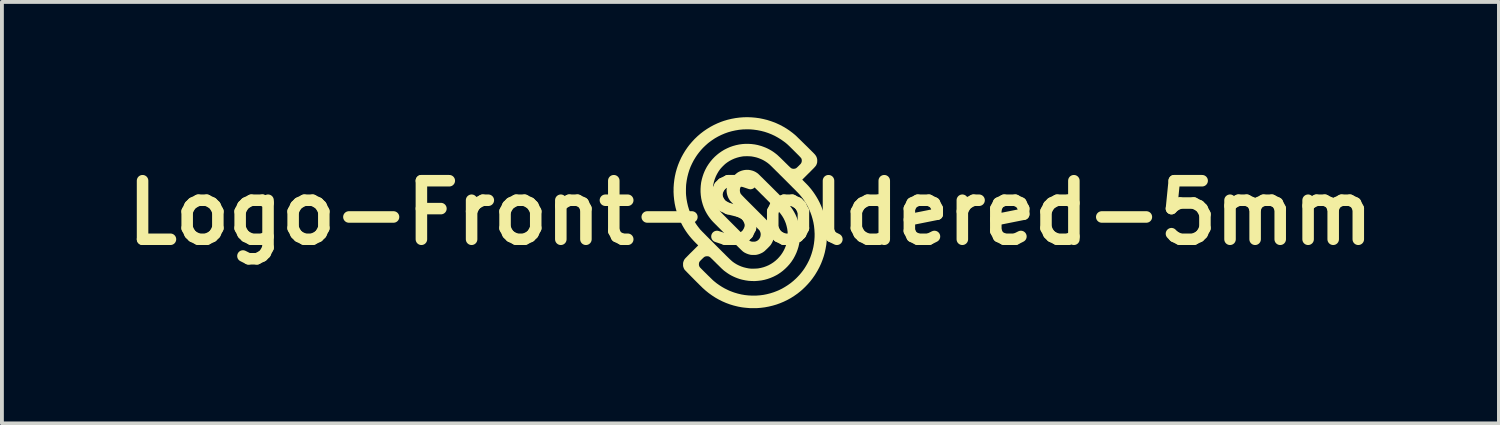
<source format=kicad_pcb>
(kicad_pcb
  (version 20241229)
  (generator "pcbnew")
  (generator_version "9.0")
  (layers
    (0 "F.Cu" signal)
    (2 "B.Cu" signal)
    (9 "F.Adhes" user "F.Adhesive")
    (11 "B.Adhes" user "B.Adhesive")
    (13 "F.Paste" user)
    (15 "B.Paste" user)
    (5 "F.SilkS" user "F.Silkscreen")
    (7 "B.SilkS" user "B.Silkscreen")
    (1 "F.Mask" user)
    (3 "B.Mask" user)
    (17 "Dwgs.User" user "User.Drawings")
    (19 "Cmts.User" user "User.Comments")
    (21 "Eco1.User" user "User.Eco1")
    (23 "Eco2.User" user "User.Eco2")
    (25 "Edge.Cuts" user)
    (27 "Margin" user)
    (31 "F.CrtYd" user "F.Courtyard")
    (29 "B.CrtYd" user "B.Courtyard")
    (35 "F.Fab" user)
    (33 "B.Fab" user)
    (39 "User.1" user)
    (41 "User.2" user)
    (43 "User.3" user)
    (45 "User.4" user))
  (footprint "Logo-Front-Soldered-5mm"
    (layer "F.Cu")
    (at 16.481 2.488)
    (property "Reference" "Logo-Front-Soldered-5mm" (at 0 0 0) (layer "F.SilkS") (effects (font (size 1.524 1.524) (thickness 0.3))))
    (attr board_only exclude_from_pos_files exclude_from_bom)
    (fp_poly (pts (xy 0.028 -2.484) (xy 0.132 -2.475) (xy 0.235 -2.461) (xy 0.337 -2.44) (xy 0.438 -2.415) (xy 0.538 -2.383) (xy 0.637 -2.347) (xy 0.676 -2.33) (xy 0.763 -2.29) (xy 0.85 -2.244) (xy 0.935 -2.194) (xy 1.017 -2.139) (xy 1.097 -2.079) (xy 1.158 -2.029) (xy 1.165 -2.023) (xy 1.176 -2.013) (xy 1.19 -2) (xy 1.207 -1.984) (xy 1.226 -1.965) (xy 1.248 -1.943) (xy 1.273 -1.92) (xy 1.298 -1.895) (xy 1.326 -1.868) (xy 1.354 -1.84) (xy 1.383 -1.812) (xy 1.412 -1.783) (xy 1.442 -1.754) (xy 1.471 -1.726) (xy 1.499 -1.698) (xy 1.527 -1.67) (xy 1.553 -1.644) (xy 1.578 -1.62) (xy 1.6 -1.597) (xy 1.621 -1.577) (xy 1.639 -1.559) (xy 1.654 -1.543) (xy 1.665 -1.531) (xy 1.673 -1.523) (xy 1.676 -1.52) (xy 1.696 -1.494) (xy 1.712 -1.469) (xy 1.724 -1.442) (xy 1.732 -1.416) (xy 1.735 -1.405) (xy 1.737 -1.394) (xy 1.738 -1.381) (xy 1.739 -1.365) (xy 1.739 -1.355) (xy 1.738 -1.332) (xy 1.737 -1.312) (xy 1.733 -1.294) (xy 1.727 -1.275) (xy 1.72 -1.257) (xy 1.717 -1.249) (xy 1.714 -1.242) (xy 1.71 -1.235) (xy 1.705 -1.228) (xy 1.699 -1.22) (xy 1.692 -1.211) (xy 1.684 -1.2) (xy 1.673 -1.189) (xy 1.661 -1.175) (xy 1.646 -1.159) (xy 1.628 -1.141) (xy 1.607 -1.12) (xy 1.583 -1.096) (xy 1.556 -1.068) (xy 1.525 -1.037) (xy 1.516 -1.029) (xy 1.349 -0.862) (xy 1.422 -0.788) (xy 1.452 -0.758) (xy 1.478 -0.731) (xy 1.502 -0.706) (xy 1.523 -0.682) (xy 1.543 -0.659) (xy 1.562 -0.636) (xy 1.582 -0.613) (xy 1.586 -0.607) (xy 1.632 -0.546) (xy 1.677 -0.481) (xy 1.72 -0.413) (xy 1.76 -0.344) (xy 1.797 -0.273) (xy 1.829 -0.204) (xy 1.836 -0.189) (xy 1.875 -0.091) (xy 1.909 0.009) (xy 1.937 0.11) (xy 1.959 0.212) (xy 1.976 0.315) (xy 1.987 0.418) (xy 1.992 0.522) (xy 1.991 0.626) (xy 1.985 0.731) (xy 1.974 0.835) (xy 1.957 0.932) (xy 1.936 1.032) (xy 1.909 1.13) (xy 1.876 1.227) (xy 1.839 1.321) (xy 1.796 1.414) (xy 1.747 1.506) (xy 1.693 1.596) (xy 1.669 1.633) (xy 1.615 1.71) (xy 1.556 1.786) (xy 1.492 1.859) (xy 1.425 1.929) (xy 1.355 1.996) (xy 1.308 2.037) (xy 1.225 2.103) (xy 1.139 2.163) (xy 1.051 2.219) (xy 0.96 2.269) (xy 0.867 2.314) (xy 0.771 2.354) (xy 0.674 2.389) (xy 0.574 2.418) (xy 0.473 2.442) (xy 0.37 2.461) (xy 0.266 2.474) (xy 0.188 2.48) (xy 0.172 2.481) (xy 0.15 2.481) (xy 0.126 2.482) (xy 0.1 2.482) (xy 0.073 2.482) (xy 0.047 2.482) (xy 0.023 2.482) (xy 0.002 2.482) (xy -0.015 2.481) (xy -0.017 2.481) (xy -0.053 2.478) (xy -0.092 2.475) (xy -0.132 2.471) (xy -0.171 2.467) (xy -0.209 2.462) (xy -0.242 2.457) (xy -0.252 2.455) (xy -0.263 2.453) (xy -0.278 2.45) (xy -0.296 2.447) (xy -0.316 2.443) (xy -0.336 2.438) (xy -0.338 2.438) (xy -0.439 2.413) (xy -0.537 2.383) (xy -0.634 2.347) (xy -0.729 2.306) (xy -0.821 2.26) (xy -0.911 2.209) (xy -0.999 2.152) (xy -1.084 2.091) (xy -1.166 2.025) (xy -1.242 1.957) (xy -1.255 1.945) (xy -1.27 1.929) (xy -1.289 1.911) (xy -1.309 1.891) (xy -1.332 1.869) (xy -1.356 1.844) (xy -1.382 1.819) (xy -1.409 1.792) (xy -1.436 1.765) (xy -1.464 1.737) (xy -1.491 1.709) (xy -1.519 1.681) (xy -1.546 1.654) (xy -1.572 1.627) (xy -1.597 1.602) (xy -1.62 1.578) (xy -1.642 1.556) (xy -1.661 1.536) (xy -1.678 1.518) (xy -1.693 1.503) (xy -1.704 1.492) (xy -1.711 1.483) (xy -1.715 1.478) (xy -1.716 1.478) (xy -1.73 1.453) (xy -1.741 1.425) (xy -1.747 1.407) (xy -1.75 1.397) (xy -1.751 1.387) (xy -1.753 1.376) (xy -1.753 1.361) (xy -1.753 1.344) (xy -1.753 1.339) (xy -1.341 1.339) (xy -1.339 1.364) (xy -1.334 1.386) (xy -1.323 1.407) (xy -1.319 1.414) (xy -1.315 1.419) (xy -1.307 1.428) (xy -1.296 1.439) (xy -1.282 1.454) (xy -1.265 1.471) (xy -1.246 1.49) (xy -1.225 1.511) (xy -1.202 1.534) (xy -1.179 1.557) (xy -1.154 1.581) (xy -1.13 1.605) (xy -1.105 1.63) (xy -1.081 1.653) (xy -1.057 1.676) (xy -1.035 1.698) (xy -1.014 1.718) (xy -0.995 1.737) (xy -0.978 1.753) (xy -0.964 1.766) (xy -0.952 1.776) (xy -0.945 1.782) (xy -0.878 1.836) (xy -0.81 1.884) (xy -0.74 1.929) (xy -0.668 1.97) (xy -0.627 1.99) (xy -0.583 2.012) (xy -0.541 2.031) (xy -0.5 2.047) (xy -0.458 2.063) (xy -0.421 2.076) (xy -0.33 2.103) (xy -0.239 2.125) (xy -0.146 2.141) (xy -0.052 2.151) (xy 0.043 2.156) (xy 0.14 2.155) (xy 0.155 2.155) (xy 0.25 2.148) (xy 0.342 2.136) (xy 0.432 2.118) (xy 0.521 2.095) (xy 0.609 2.067) (xy 0.697 2.033) (xy 0.741 2.014) (xy 0.821 1.975) (xy 0.899 1.93) (xy 0.976 1.881) (xy 1.05 1.828) (xy 1.121 1.77) (xy 1.188 1.709) (xy 1.235 1.661) (xy 1.284 1.608) (xy 1.327 1.556) (xy 1.368 1.503) (xy 1.405 1.45) (xy 1.441 1.393) (xy 1.476 1.333) (xy 1.485 1.316) (xy 1.525 1.238) (xy 1.56 1.156) (xy 1.59 1.072) (xy 1.616 0.985) (xy 1.637 0.897) (xy 1.653 0.807) (xy 1.664 0.717) (xy 1.67 0.628) (xy 1.671 0.539) (xy 1.67 0.534) (xy 1.665 0.437) (xy 1.655 0.342) (xy 1.639 0.25) (xy 1.617 0.16) (xy 1.591 0.071) (xy 1.559 -0.017) (xy 1.521 -0.103) (xy 1.511 -0.125) (xy 1.476 -0.193) (xy 1.439 -0.257) (xy 1.401 -0.317) (xy 1.36 -0.375) (xy 1.314 -0.433) (xy 1.265 -0.491) (xy 1.261 -0.495) (xy 1.255 -0.501) (xy 1.245 -0.512) (xy 1.232 -0.526) (xy 1.215 -0.542) (xy 1.196 -0.562) (xy 1.174 -0.585) (xy 1.149 -0.61) (xy 1.122 -0.637) (xy 1.093 -0.665) (xy 1.063 -0.696) (xy 1.031 -0.728) (xy 0.998 -0.761) (xy 0.964 -0.795) (xy 0.93 -0.829) (xy 0.895 -0.864) (xy 0.86 -0.899) (xy 0.825 -0.934) (xy 0.79 -0.968) (xy 0.756 -1.002) (xy 0.724 -1.035) (xy 0.692 -1.066) (xy 0.661 -1.096) (xy 0.633 -1.125) (xy 0.606 -1.151) (xy 0.581 -1.176) (xy 0.559 -1.198) (xy 0.539 -1.217) (xy 0.523 -1.233) (xy 0.509 -1.246) (xy 0.499 -1.255) (xy 0.493 -1.261) (xy 0.492 -1.262) (xy 0.444 -1.3) (xy 0.396 -1.333) (xy 0.348 -1.362) (xy 0.299 -1.387) (xy 0.247 -1.409) (xy 0.199 -1.427) (xy 0.162 -1.439) (xy 0.126 -1.448) (xy 0.09 -1.456) (xy 0.051 -1.463) (xy 0.04 -1.465) (xy 0.021 -1.468) (xy -0.003 -1.469) (xy -0.03 -1.471) (xy -0.059 -1.472) (xy -0.089 -1.472) (xy -0.119 -1.472) (xy -0.148 -1.471) (xy -0.174 -1.47) (xy -0.197 -1.468) (xy -0.209 -1.466) (xy -0.281 -1.453) (xy -0.351 -1.434) (xy -0.418 -1.411) (xy -0.483 -1.382) (xy -0.545 -1.349) (xy -0.605 -1.31) (xy -0.646 -1.279) (xy -0.663 -1.265) (xy -0.683 -1.246) (xy -0.704 -1.226) (xy -0.726 -1.204) (xy -0.747 -1.182) (xy -0.766 -1.161) (xy -0.783 -1.141) (xy -0.788 -1.135) (xy -0.83 -1.076) (xy -0.866 -1.015) (xy -0.898 -0.952) (xy -0.924 -0.887) (xy -0.946 -0.821) (xy -0.962 -0.753) (xy -0.972 -0.685) (xy -0.977 -0.616) (xy -0.977 -0.546) (xy -0.971 -0.476) (xy -0.96 -0.407) (xy -0.943 -0.338) (xy -0.933 -0.308) (xy -0.909 -0.242) (xy -0.88 -0.179) (xy -0.846 -0.119) (xy -0.808 -0.062) (xy -0.789 -0.037) (xy -0.784 -0.032) (xy -0.775 -0.022) (xy -0.762 -0.009) (xy -0.746 0.008) (xy -0.726 0.029) (xy -0.702 0.053) (xy -0.675 0.081) (xy -0.644 0.112) (xy -0.611 0.146) (xy -0.574 0.183) (xy -0.534 0.223) (xy -0.491 0.266) (xy -0.446 0.311) (xy -0.403 0.354) (xy -0.357 0.4) (xy -0.315 0.442) (xy -0.276 0.481) (xy -0.242 0.515) (xy -0.21 0.547) (xy -0.181 0.575) (xy -0.156 0.601) (xy -0.133 0.623) (xy -0.113 0.643) (xy -0.095 0.66) (xy -0.079 0.676) (xy -0.065 0.689) (xy -0.053 0.7) (xy -0.043 0.709) (xy -0.034 0.717) (xy -0.026 0.723) (xy -0.019 0.728) (xy -0.013 0.732) (xy -0.008 0.736) (xy -0.003 0.738) (xy 0.002 0.74) (xy 0.006 0.742) (xy 0.011 0.744) (xy 0.016 0.745) (xy 0.019 0.746) (xy 0.029 0.749) (xy 0.038 0.751) (xy 0.049 0.752) (xy 0.063 0.752) (xy 0.078 0.752) (xy 0.095 0.752) (xy 0.109 0.752) (xy 0.119 0.75) (xy 0.129 0.748) (xy 0.137 0.746) (xy 0.167 0.734) (xy 0.193 0.717) (xy 0.217 0.696) (xy 0.236 0.671) (xy 0.251 0.643) (xy 0.261 0.613) (xy 0.266 0.581) (xy 0.267 0.574) (xy 0.267 0.55) (xy 0.264 0.528) (xy 0.258 0.506) (xy 0.248 0.482) (xy 0.247 0.48) (xy 0.235 0.456) (xy -0.134 0.086) (xy -0.173 0.048) (xy -0.211 0.01) (xy -0.248 -0.027) (xy -0.283 -0.062) (xy -0.316 -0.096) (xy -0.348 -0.128) (xy -0.378 -0.158) (xy -0.405 -0.185) (xy -0.43 -0.211) (xy -0.453 -0.233) (xy -0.472 -0.253) (xy -0.489 -0.27) (xy -0.502 -0.283) (xy -0.511 -0.293) (xy -0.517 -0.299) (xy -0.519 -0.301) (xy -0.537 -0.325) (xy -0.555 -0.353) (xy -0.571 -0.381) (xy -0.577 -0.392) (xy -0.596 -0.44) (xy -0.61 -0.488) (xy -0.618 -0.537) (xy -0.621 -0.587) (xy -0.618 -0.636) (xy -0.61 -0.685) (xy -0.596 -0.734) (xy -0.577 -0.781) (xy -0.552 -0.826) (xy -0.544 -0.84) (xy -0.538 -0.848) (xy -0.531 -0.857) (xy -0.523 -0.867) (xy -0.514 -0.878) (xy -0.501 -0.891) (xy -0.487 -0.906) (xy -0.469 -0.924) (xy -0.449 -0.944) (xy -0.424 -0.968) (xy -0.403 -0.989) (xy -0.384 -1.007) (xy -0.367 -1.021) (xy -0.352 -1.034) (xy -0.337 -1.044) (xy -0.323 -1.054) (xy -0.308 -1.062) (xy -0.292 -1.07) (xy -0.287 -1.073) (xy -0.24 -1.092) (xy -0.191 -1.106) (xy -0.141 -1.115) (xy -0.091 -1.118) (xy -0.041 -1.116) (xy 0.008 -1.108) (xy 0.057 -1.095) (xy 0.097 -1.08) (xy 0.133 -1.062) (xy 0.168 -1.04) (xy 0.195 -1.021) (xy 0.2 -1.017) (xy 0.208 -1.009) (xy 0.219 -0.998) (xy 0.234 -0.984) (xy 0.252 -0.966) (xy 0.273 -0.945) (xy 0.297 -0.922) (xy 0.323 -0.897) (xy 0.35 -0.869) (xy 0.38 -0.84) (xy 0.411 -0.809) (xy 0.444 -0.776) (xy 0.478 -0.743) (xy 0.512 -0.709) (xy 0.547 -0.674) (xy 0.583 -0.638) (xy 0.618 -0.603) (xy 0.653 -0.568) (xy 0.688 -0.533) (xy 0.723 -0.499) (xy 0.756 -0.465) (xy 0.788 -0.433) (xy 0.819 -0.402) (xy 0.848 -0.373) (xy 0.875 -0.345) (xy 0.9 -0.32) (xy 0.923 -0.297) (xy 0.943 -0.276) (xy 0.96 -0.259) (xy 0.974 -0.245) (xy 0.985 -0.233) (xy 0.992 -0.226) (xy 0.993 -0.224) (xy 1.045 -0.161) (xy 1.092 -0.095) (xy 1.135 -0.025) (xy 1.173 0.047) (xy 1.206 0.122) (xy 1.234 0.199) (xy 1.256 0.278) (xy 1.274 0.358) (xy 1.285 0.44) (xy 1.289 0.478) (xy 1.29 0.504) (xy 1.291 0.534) (xy 1.291 0.567) (xy 1.291 0.6) (xy 1.29 0.634) (xy 1.288 0.665) (xy 1.286 0.695) (xy 1.284 0.719) (xy 1.283 0.722) (xy 1.269 0.805) (xy 1.25 0.887) (xy 1.225 0.966) (xy 1.196 1.043) (xy 1.161 1.118) (xy 1.122 1.19) (xy 1.109 1.211) (xy 1.065 1.277) (xy 1.016 1.34) (xy 0.962 1.4) (xy 0.905 1.456) (xy 0.845 1.509) (xy 0.782 1.557) (xy 0.716 1.601) (xy 0.672 1.626) (xy 0.597 1.664) (xy 0.521 1.696) (xy 0.443 1.723) (xy 0.364 1.745) (xy 0.283 1.761) (xy 0.201 1.771) (xy 0.119 1.777) (xy 0.036 1.776) (xy -0.046 1.771) (xy -0.129 1.759) (xy -0.211 1.742) (xy -0.22 1.74) (xy -0.275 1.725) (xy -0.331 1.706) (xy -0.388 1.684) (xy -0.444 1.659) (xy -0.497 1.633) (xy -0.546 1.605) (xy -0.548 1.604) (xy -0.566 1.592) (xy -0.588 1.578) (xy -0.611 1.562) (xy -0.635 1.545) (xy -0.658 1.528) (xy -0.68 1.512) (xy -0.698 1.497) (xy -0.703 1.493) (xy -0.71 1.487) (xy -0.72 1.477) (xy -0.734 1.465) (xy -0.751 1.449) (xy -0.77 1.43) (xy -0.791 1.41) (xy -0.814 1.387) (xy -0.838 1.363) (xy -0.864 1.338) (xy -0.89 1.313) (xy -0.892 1.31) (xy -0.921 1.281) (xy -0.947 1.256) (xy -0.969 1.234) (xy -0.988 1.215) (xy -1.004 1.2) (xy -1.017 1.187) (xy -1.029 1.176) (xy -1.038 1.167) (xy -1.045 1.161) (xy -1.052 1.155) (xy -1.057 1.151) (xy -1.062 1.148) (xy -1.066 1.146) (xy -1.07 1.144) (xy -1.073 1.142) (xy -1.084 1.137) (xy -1.094 1.134) (xy -1.104 1.132) (xy -1.116 1.131) (xy -1.123 1.131) (xy -1.148 1.132) (xy -1.17 1.136) (xy -1.19 1.144) (xy -1.201 1.15) (xy -1.206 1.154) (xy -1.216 1.162) (xy -1.227 1.173) (xy -1.24 1.185) (xy -1.255 1.199) (xy -1.269 1.213) (xy -1.284 1.228) (xy -1.297 1.241) (xy -1.308 1.253) (xy -1.316 1.262) (xy -1.321 1.268) (xy -1.332 1.287) (xy -1.338 1.309) (xy -1.341 1.333) (xy -1.341 1.339) (xy -1.753 1.339) (xy -1.753 1.326) (xy -1.753 1.313) (xy -1.751 1.302) (xy -1.75 1.293) (xy -1.747 1.282) (xy -1.745 1.276) (xy -1.736 1.25) (xy -1.725 1.226) (xy -1.71 1.204) (xy -1.707 1.2) (xy -1.703 1.195) (xy -1.695 1.186) (xy -1.684 1.174) (xy -1.669 1.159) (xy -1.652 1.142) (xy -1.633 1.122) (xy -1.611 1.1) (xy -1.588 1.076) (xy -1.563 1.051) (xy -1.537 1.026) (xy -1.526 1.015) (xy -1.359 0.849) (xy -1.42 0.789) (xy -1.481 0.726) (xy -1.538 0.663) (xy -1.59 0.601) (xy -1.638 0.538) (xy -1.683 0.474) (xy -1.725 0.408) (xy -1.765 0.339) (xy -1.802 0.267) (xy -1.812 0.247) (xy -1.855 0.153) (xy -1.892 0.057) (xy -1.923 -0.041) (xy -1.95 -0.14) (xy -1.971 -0.241) (xy -1.986 -0.343) (xy -1.996 -0.445) (xy -2.001 -0.548) (xy -2 -0.583) (xy -1.678 -0.583) (xy -1.678 -0.55) (xy -1.678 -0.519) (xy -1.677 -0.491) (xy -1.675 -0.467) (xy -1.675 -0.46) (xy -1.664 -0.363) (xy -1.647 -0.269) (xy -1.626 -0.177) (xy -1.599 -0.087) (xy -1.567 0.000245) (xy -1.53 0.086) (xy -1.487 0.17) (xy -1.439 0.253) (xy -1.419 0.285) (xy -1.404 0.308) (xy -1.385 0.334) (xy -1.365 0.361) (xy -1.344 0.388) (xy -1.324 0.414) (xy -1.305 0.437) (xy -1.305 0.437) (xy -1.3 0.443) (xy -1.291 0.452) (xy -1.278 0.465) (xy -1.263 0.481) (xy -1.244 0.501) (xy -1.221 0.523) (xy -1.197 0.548) (xy -1.169 0.576) (xy -1.14 0.606) (xy -1.108 0.638) (xy -1.074 0.672) (xy -1.039 0.707) (xy -1.002 0.744) (xy -0.964 0.782) (xy -0.925 0.822) (xy -0.894 0.853) (xy -0.846 0.901) (xy -0.802 0.945) (xy -0.762 0.985) (xy -0.726 1.021) (xy -0.692 1.054) (xy -0.662 1.084) (xy -0.635 1.112) (xy -0.61 1.136) (xy -0.588 1.158) (xy -0.568 1.177) (xy -0.55 1.195) (xy -0.534 1.21) (xy -0.519 1.224) (xy -0.506 1.235) (xy -0.495 1.246) (xy -0.484 1.255) (xy -0.474 1.264) (xy -0.465 1.271) (xy -0.457 1.278) (xy -0.448 1.284) (xy -0.44 1.29) (xy -0.431 1.296) (xy -0.423 1.302) (xy -0.413 1.308) (xy -0.408 1.312) (xy -0.355 1.344) (xy -0.299 1.372) (xy -0.24 1.397) (xy -0.178 1.418) (xy -0.114 1.434) (xy -0.05 1.447) (xy 0.013 1.454) (xy 0.028 1.455) (xy 0.048 1.455) (xy 0.07 1.455) (xy 0.095 1.454) (xy 0.121 1.453) (xy 0.145 1.452) (xy 0.168 1.451) (xy 0.188 1.449) (xy 0.204 1.447) (xy 0.205 1.447) (xy 0.275 1.434) (xy 0.344 1.416) (xy 0.411 1.392) (xy 0.475 1.364) (xy 0.537 1.33) (xy 0.595 1.292) (xy 0.651 1.249) (xy 0.703 1.202) (xy 0.746 1.156) (xy 0.792 1.101) (xy 0.832 1.043) (xy 0.867 0.983) (xy 0.897 0.921) (xy 0.922 0.856) (xy 0.942 0.788) (xy 0.958 0.716) (xy 0.962 0.69) (xy 0.964 0.675) (xy 0.966 0.654) (xy 0.967 0.631) (xy 0.968 0.605) (xy 0.969 0.578) (xy 0.969 0.552) (xy 0.969 0.528) (xy 0.968 0.506) (xy 0.967 0.488) (xy 0.967 0.486) (xy 0.957 0.414) (xy 0.941 0.343) (xy 0.921 0.275) (xy 0.895 0.21) (xy 0.864 0.146) (xy 0.828 0.086) (xy 0.787 0.028) (xy 0.76 -0.005) (xy 0.755 -0.01) (xy 0.746 -0.02) (xy 0.734 -0.032) (xy 0.719 -0.048) (xy 0.7 -0.067) (xy 0.679 -0.088) (xy 0.656 -0.112) (xy 0.63 -0.138) (xy 0.603 -0.166) (xy 0.573 -0.195) (xy 0.543 -0.226) (xy 0.511 -0.258) (xy 0.478 -0.291) (xy 0.445 -0.324) (xy 0.411 -0.358) (xy 0.377 -0.392) (xy 0.344 -0.426) (xy 0.31 -0.459) (xy 0.277 -0.491) (xy 0.246 -0.523) (xy 0.215 -0.554) (xy 0.186 -0.583) (xy 0.158 -0.61) (xy 0.132 -0.636) (xy 0.109 -0.659) (xy 0.087 -0.68) (xy 0.069 -0.698) (xy 0.053 -0.713) (xy 0.041 -0.725) (xy 0.032 -0.733) (xy 0.027 -0.738) (xy 0.026 -0.739) (xy -0.004 -0.756) (xy -0.036 -0.767) (xy -0.069 -0.773) (xy -0.102 -0.773) (xy -0.128 -0.77) (xy -0.157 -0.761) (xy -0.184 -0.747) (xy -0.209 -0.728) (xy -0.231 -0.706) (xy -0.249 -0.681) (xy -0.263 -0.653) (xy -0.27 -0.633) (xy -0.273 -0.612) (xy -0.275 -0.588) (xy -0.274 -0.564) (xy -0.27 -0.542) (xy -0.268 -0.532) (xy -0.266 -0.527) (xy -0.265 -0.522) (xy -0.263 -0.517) (xy -0.262 -0.513) (xy -0.26 -0.508) (xy -0.258 -0.504) (xy -0.255 -0.498) (xy -0.251 -0.493) (xy -0.246 -0.486) (xy -0.24 -0.478) (xy -0.232 -0.47) (xy -0.223 -0.46) (xy -0.213 -0.448) (xy -0.2 -0.435) (xy -0.185 -0.419) (xy -0.168 -0.402) (xy -0.149 -0.382) (xy -0.127 -0.36) (xy -0.103 -0.336) (xy -0.075 -0.308) (xy -0.044 -0.277) (xy -0.01 -0.243) (xy 0.027 -0.206) (xy 0.068 -0.165) (xy 0.113 -0.12) (xy 0.138 -0.095) (xy 0.185 -0.048) (xy 0.227 -0.006) (xy 0.266 0.033) (xy 0.302 0.068) (xy 0.334 0.101) (xy 0.363 0.129) (xy 0.389 0.155) (xy 0.412 0.179) (xy 0.432 0.199) (xy 0.45 0.217) (xy 0.466 0.233) (xy 0.479 0.247) (xy 0.491 0.259) (xy 0.501 0.27) (xy 0.509 0.279) (xy 0.516 0.287) (xy 0.522 0.293) (xy 0.527 0.299) (xy 0.531 0.304) (xy 0.534 0.308) (xy 0.537 0.312) (xy 0.539 0.315) (xy 0.564 0.359) (xy 0.585 0.404) (xy 0.6 0.452) (xy 0.608 0.481) (xy 0.611 0.504) (xy 0.613 0.53) (xy 0.614 0.558) (xy 0.614 0.587) (xy 0.613 0.615) (xy 0.61 0.64) (xy 0.608 0.652) (xy 0.596 0.7) (xy 0.579 0.745) (xy 0.558 0.787) (xy 0.537 0.822) (xy 0.531 0.831) (xy 0.524 0.841) (xy 0.516 0.85) (xy 0.507 0.861) (xy 0.496 0.873) (xy 0.482 0.887) (xy 0.465 0.905) (xy 0.446 0.924) (xy 0.422 0.947) (xy 0.401 0.967) (xy 0.383 0.984) (xy 0.367 0.999) (xy 0.351 1.011) (xy 0.337 1.021) (xy 0.322 1.031) (xy 0.306 1.04) (xy 0.289 1.049) (xy 0.283 1.051) (xy 0.258 1.063) (xy 0.233 1.073) (xy 0.209 1.081) (xy 0.182 1.088) (xy 0.169 1.091) (xy 0.158 1.093) (xy 0.147 1.095) (xy 0.136 1.096) (xy 0.123 1.097) (xy 0.106 1.097) (xy 0.086 1.097) (xy 0.081 1.097) (xy 0.059 1.097) (xy 0.042 1.097) (xy 0.028 1.096) (xy 0.017 1.095) (xy 0.006 1.094) (xy -0.005 1.091) (xy -0.009 1.091) (xy -0.06 1.077) (xy -0.109 1.058) (xy -0.155 1.035) (xy -0.187 1.014) (xy -0.191 1.01) (xy -0.197 1.006) (xy -0.203 1.001) (xy -0.211 0.993) (xy -0.221 0.984) (xy -0.232 0.974) (xy -0.246 0.961) (xy -0.261 0.946) (xy -0.279 0.928) (xy -0.299 0.909) (xy -0.322 0.886) (xy -0.348 0.86) (xy -0.377 0.832) (xy -0.409 0.8) (xy -0.444 0.765) (xy -0.483 0.727) (xy -0.525 0.684) (xy -0.572 0.638) (xy -0.582 0.627) (xy -0.621 0.589) (xy -0.659 0.551) (xy -0.696 0.514) (xy -0.732 0.478) (xy -0.767 0.443) (xy -0.799 0.411) (xy -0.83 0.38) (xy -0.858 0.352) (xy -0.884 0.325) (xy -0.908 0.302) (xy -0.929 0.281) (xy -0.946 0.263) (xy -0.961 0.249) (xy -0.971 0.238) (xy -0.978 0.231) (xy -0.98 0.229) (xy -1.022 0.182) (xy -1.062 0.131) (xy -1.101 0.076) (xy -1.136 0.02) (xy -1.168 -0.038) (xy -1.183 -0.068) (xy -1.215 -0.142) (xy -1.242 -0.219) (xy -1.264 -0.297) (xy -1.281 -0.377) (xy -1.292 -0.458) (xy -1.298 -0.54) (xy -1.298 -0.622) (xy -1.293 -0.703) (xy -1.283 -0.785) (xy -1.279 -0.807) (xy -1.264 -0.875) (xy -1.244 -0.945) (xy -1.221 -1.013) (xy -1.194 -1.079) (xy -1.174 -1.122) (xy -1.134 -1.197) (xy -1.089 -1.267) (xy -1.04 -1.334) (xy -0.987 -1.397) (xy -0.93 -1.456) (xy -0.868 -1.511) (xy -0.818 -1.551) (xy -0.752 -1.597) (xy -0.682 -1.64) (xy -0.609 -1.677) (xy -0.535 -1.71) (xy -0.532 -1.711) (xy -0.455 -1.738) (xy -0.376 -1.76) (xy -0.296 -1.777) (xy -0.215 -1.788) (xy -0.134 -1.794) (xy -0.052 -1.794) (xy 0.03 -1.789) (xy 0.111 -1.779) (xy 0.192 -1.763) (xy 0.271 -1.741) (xy 0.291 -1.735) (xy 0.343 -1.716) (xy 0.397 -1.695) (xy 0.449 -1.671) (xy 0.499 -1.645) (xy 0.539 -1.622) (xy 0.562 -1.608) (xy 0.588 -1.591) (xy 0.615 -1.572) (xy 0.643 -1.551) (xy 0.669 -1.531) (xy 0.694 -1.511) (xy 0.697 -1.509) (xy 0.705 -1.501) (xy 0.717 -1.49) (xy 0.732 -1.476) (xy 0.75 -1.459) (xy 0.771 -1.44) (xy 0.793 -1.418) (xy 0.817 -1.395) (xy 0.842 -1.37) (xy 0.868 -1.345) (xy 0.892 -1.321) (xy 0.921 -1.292) (xy 0.947 -1.267) (xy 0.969 -1.245) (xy 0.988 -1.226) (xy 1.004 -1.211) (xy 1.018 -1.198) (xy 1.029 -1.187) (xy 1.039 -1.179) (xy 1.046 -1.172) (xy 1.053 -1.167) (xy 1.058 -1.163) (xy 1.062 -1.16) (xy 1.066 -1.158) (xy 1.067 -1.157) (xy 1.092 -1.148) (xy 1.119 -1.144) (xy 1.145 -1.146) (xy 1.171 -1.152) (xy 1.182 -1.157) (xy 1.189 -1.16) (xy 1.195 -1.165) (xy 1.202 -1.17) (xy 1.211 -1.177) (xy 1.221 -1.187) (xy 1.235 -1.2) (xy 1.251 -1.216) (xy 1.258 -1.222) (xy 1.275 -1.24) (xy 1.289 -1.254) (xy 1.3 -1.265) (xy 1.308 -1.275) (xy 1.314 -1.282) (xy 1.318 -1.289) (xy 1.322 -1.295) (xy 1.323 -1.297) (xy 1.333 -1.323) (xy 1.337 -1.35) (xy 1.336 -1.376) (xy 1.335 -1.378) (xy 1.334 -1.385) (xy 1.333 -1.392) (xy 1.332 -1.398) (xy 1.33 -1.404) (xy 1.327 -1.41) (xy 1.323 -1.416) (xy 1.318 -1.424) (xy 1.312 -1.432) (xy 1.303 -1.442) (xy 1.293 -1.453) (xy 1.28 -1.467) (xy 1.265 -1.483) (xy 1.247 -1.501) (xy 1.226 -1.522) (xy 1.201 -1.547) (xy 1.173 -1.575) (xy 1.148 -1.6) (xy 1.116 -1.632) (xy 1.087 -1.661) (xy 1.061 -1.686) (xy 1.039 -1.708) (xy 1.019 -1.728) (xy 1.001 -1.745) (xy 0.985 -1.76) (xy 0.97 -1.774) (xy 0.957 -1.786) (xy 0.944 -1.797) (xy 0.932 -1.807) (xy 0.919 -1.818) (xy 0.906 -1.828) (xy 0.892 -1.839) (xy 0.877 -1.85) (xy 0.798 -1.906) (xy 0.717 -1.956) (xy 0.634 -2.002) (xy 0.548 -2.042) (xy 0.46 -2.077) (xy 0.37 -2.107) (xy 0.277 -2.131) (xy 0.183 -2.15) (xy 0.087 -2.163) (xy 0.023 -2.169) (xy 0.003 -2.17) (xy -0.022 -2.171) (xy -0.05 -2.172) (xy -0.079 -2.172) (xy -0.109 -2.172) (xy -0.138 -2.171) (xy -0.165 -2.171) (xy -0.189 -2.17) (xy -0.203 -2.169) (xy -0.3 -2.159) (xy -0.395 -2.143) (xy -0.489 -2.122) (xy -0.581 -2.096) (xy -0.67 -2.064) (xy -0.757 -2.027) (xy -0.842 -1.985) (xy -0.925 -1.938) (xy -1.004 -1.885) (xy -1.082 -1.828) (xy -1.116 -1.8) (xy -1.174 -1.748) (xy -1.232 -1.692) (xy -1.287 -1.632) (xy -1.339 -1.569) (xy -1.388 -1.504) (xy -1.426 -1.447) (xy -1.476 -1.365) (xy -1.519 -1.282) (xy -1.558 -1.198) (xy -1.591 -1.111) (xy -1.618 -1.023) (xy -1.641 -0.932) (xy -1.659 -0.838) (xy -1.672 -0.742) (xy -1.673 -0.728) (xy -1.675 -0.705) (xy -1.676 -0.678) (xy -1.677 -0.648) (xy -1.678 -0.616) (xy -1.678 -0.583) (xy -2 -0.583) (xy -2 -0.652) (xy -1.993 -0.755) (xy -1.981 -0.858) (xy -1.966 -0.948) (xy -1.944 -1.048) (xy -1.916 -1.148) (xy -1.883 -1.245) (xy -1.844 -1.341) (xy -1.801 -1.434) (xy -1.752 -1.525) (xy -1.699 -1.613) (xy -1.641 -1.698) (xy -1.592 -1.763) (xy -1.524 -1.843) (xy -1.453 -1.92) (xy -1.378 -1.992) (xy -1.299 -2.06) (xy -1.217 -2.123) (xy -1.132 -2.181) (xy -1.044 -2.235) (xy -0.953 -2.284) (xy -0.859 -2.328) (xy -0.763 -2.367) (xy -0.692 -2.392) (xy -0.591 -2.422) (xy -0.489 -2.446) (xy -0.386 -2.465) (xy -0.283 -2.478) (xy -0.179 -2.486) (xy -0.075 -2.488)) (stroke (width 0) (type solid)) (fill yes) (layer "F.SilkS")))
  (gr_rect
    (start -3 -3)
    (end 35.962 7.97)
    (stroke (width 0.1) (type default))
    (fill no)
    (layer "Edge.Cuts")))
</source>
